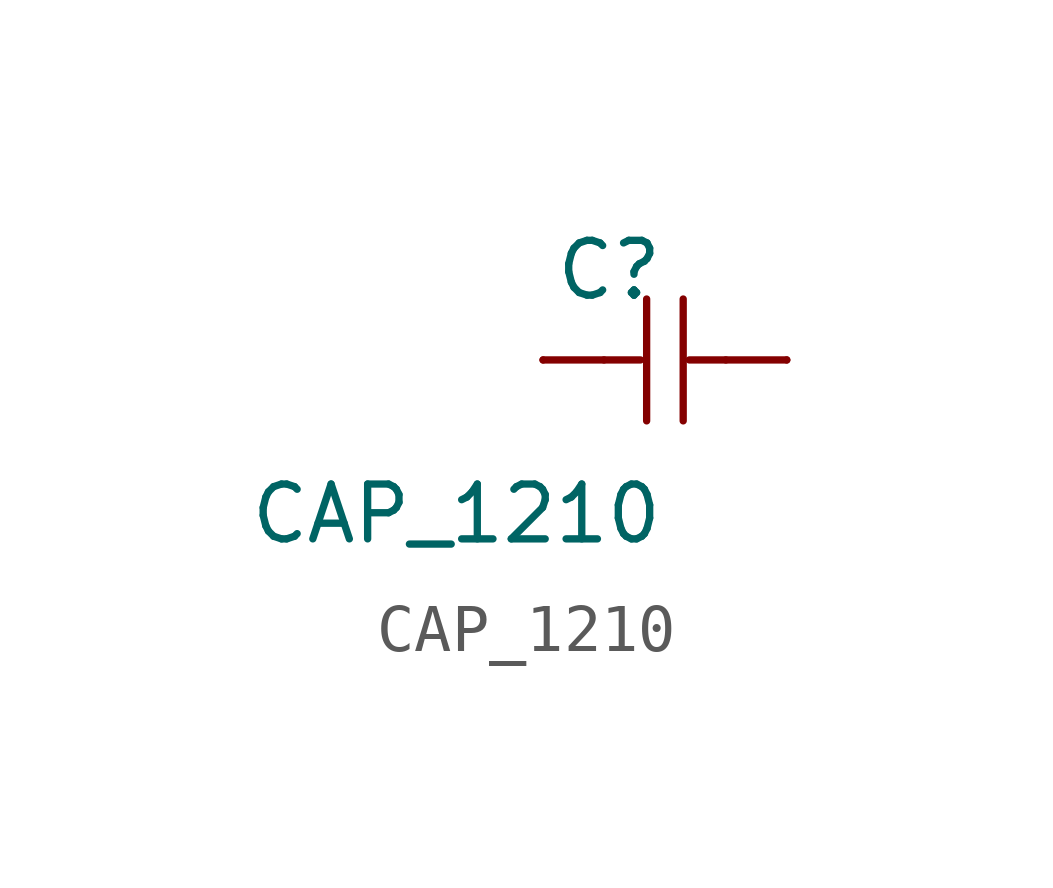
<source format=kicad_sym>
(kicad_symbol_lib
  (version 20211014)
  (generator kicad_symbol_editor)
  (symbol "CAP_1210"
    (pin_numbers hide)
    (pin_names
      (offset 1.016) hide)
    (property "Reference" "C"
      (at 0 2.54 0)
      (effects (font (size 1.143 1.143)) (justify right top)))
    (property "Value" "CAP_1210"
      (at 0 -2.54 0)
      (effects (font (size 1.143 1.143)) (justify right top)))
    (property "ki_locked" ""
      (at 0 0 0)
      (effects (font (size 1.27 1.27))))
    (symbol "CAP_1210_1_0"
      (polyline (pts (xy -1.27 0) (xy -2.54 0)) (stroke (width 0) (type default) (color 0 0 0 0)) (fill (type none)))
      (polyline (pts (xy -1.27 0) (xy -0.508 0)) (stroke (width 0) (type default) (color 0 0 0 0)) (fill (type none)))
      (polyline (pts (xy -0.381 -1.27) (xy -0.381 1.27)) (stroke (width 0) (type default) (color 0 0 0 0)) (fill (type none)))
      (polyline (pts (xy 0.381 -1.27) (xy 0.381 1.27)) (stroke (width 0) (type default) (color 0 0 0 0)) (fill (type none)))
      (polyline (pts (xy 1.27 0) (xy 0.508 0)) (stroke (width 0) (type default) (color 0 0 0 0)) (fill (type none)))
      (polyline (pts (xy 1.27 0) (xy 2.54 0)) (stroke (width 0) (type default) (color 0 0 0 0)) (fill (type none))))
    (symbol "CAP_1210_1_1"
      (pin passive line (at -2.54 0 0) (length 0) (name "1" (effects (font (size 1.016 1.016)))) (number "1" (effects (font (size 1.016 1.016)))))
      (pin passive line (at 2.54 0 180) (length 0) (name "2" (effects (font (size 1.016 1.016)))) (number "2" (effects (font (size 1.016 1.016))))))))
</source>
